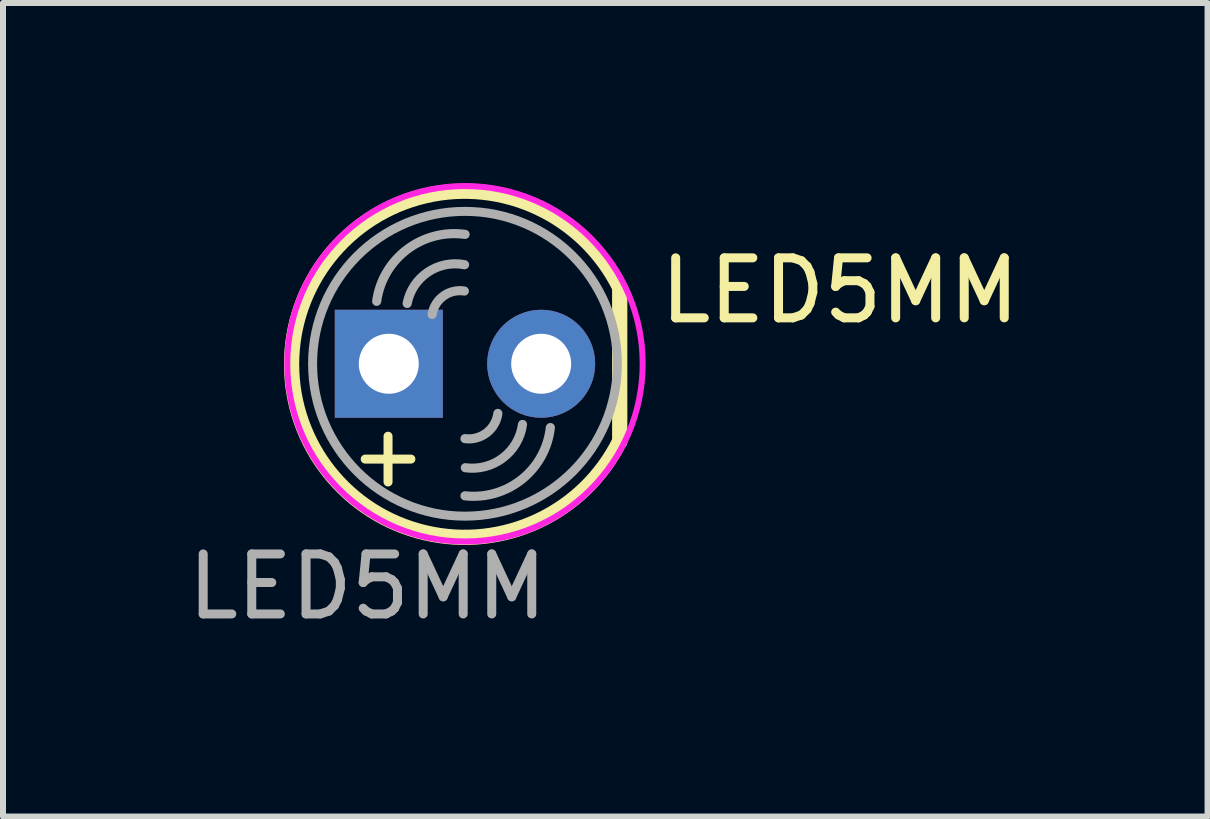
<source format=kicad_pcb>
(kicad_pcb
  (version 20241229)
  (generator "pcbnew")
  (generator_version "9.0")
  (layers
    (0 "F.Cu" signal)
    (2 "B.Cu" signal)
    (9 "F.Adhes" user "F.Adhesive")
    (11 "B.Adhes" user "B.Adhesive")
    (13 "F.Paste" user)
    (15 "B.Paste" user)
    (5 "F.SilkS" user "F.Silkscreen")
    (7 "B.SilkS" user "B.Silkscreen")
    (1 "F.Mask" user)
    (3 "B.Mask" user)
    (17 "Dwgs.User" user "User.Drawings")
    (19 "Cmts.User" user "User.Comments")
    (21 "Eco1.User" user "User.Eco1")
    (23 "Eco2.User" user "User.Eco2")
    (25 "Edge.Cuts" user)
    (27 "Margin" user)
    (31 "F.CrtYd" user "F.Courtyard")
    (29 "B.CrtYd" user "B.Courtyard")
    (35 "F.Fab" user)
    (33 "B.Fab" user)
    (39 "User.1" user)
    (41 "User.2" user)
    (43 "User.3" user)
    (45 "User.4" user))
  (footprint "LED5MM"
    (layer "F.Cu")
    (at 4.7 3.013)
    (property "Reference" "LED5MM" (at 3.175 -0.635 0) (unlocked yes) (layer "F.SilkS") (effects (font (size 1 1) (thickness 0.15)) (justify left bottom)))
    (fp_line (start 2.579 1.3) (end 2.579 -1.26) (stroke (width 0.254) (type solid)) (layer "F.SilkS"))
    (fp_arc (start 2.578734 1.28905) (mid -2.889942 0.008891) (end 2.578734 -1.271268) (stroke (width 0.254) (type solid)) (layer "F.SilkS"))
    (fp_circle (center 0 0) (end 2.962 0) (stroke (width 0.1) (type solid)) (fill no) (layer "F.CrtYd"))
    (fp_arc (start -1.471931 -1.040762) (mid -0.966081 -1.903852) (end 0.001906 -2.156459) (stroke (width 0.1524) (type solid)) (layer "F.Fab"))
    (fp_arc (start -0.963928 -1.005206) (mid -0.619204 -1.526293) (end -0.006983 -1.651001) (stroke (width 0.1524) (type solid)) (layer "F.Fab"))
    (fp_arc (start -0.547371 -0.822321) (mid -0.359833 -1.128397) (end -0.010795 -1.212215) (stroke (width 0.1524) (type solid)) (layer "F.Fab"))
    (fp_arc (start 0.548005 0.828036) (mid 0.360933 1.151401) (end 0 1.247775) (stroke (width 0.1524) (type solid)) (layer "F.Fab"))
    (fp_arc (start 0.958846 1.011555) (mid 0.631681 1.569634) (end 0.005718 1.732915) (stroke (width 0.1524) (type solid)) (layer "F.Fab"))
    (fp_arc (start 1.423034 1.063621) (mid 0.947057 1.926985) (end 0 2.200909) (stroke (width 0.1524) (type solid)) (layer "F.Fab"))
    (fp_circle (center 0 0) (end 2.54 0) (stroke (width 0.15) (type solid)) (fill no) (layer "F.Fab"))
    (fp_text user "+" (at -2 2.1 0) (unlocked yes) (layer "F.SilkS") (effects (font (size 1 1) (thickness 0.15)) (justify left bottom)))
    (fp_text user "${REFERENCE}" (at -4.7 4.3 0) (unlocked yes) (layer "F.Fab") (effects (font (size 1 1) (thickness 0.15)) (justify left bottom)))
    (pad "A" thru_hole rect (at -1.27 0) (size 1.8 1.8) (drill 1) (layers "*.Cu" "*.Mask"))
    (pad "K" thru_hole circle (at 1.27 0) (size 1.8 1.8) (drill 1) (layers "*.Cu" "*.Mask")))
  (gr_rect
    (start -3 -3)
    (end 17.077 10.559)
    (stroke (width 0.1) (type default))
    (fill no)
    (layer "Edge.Cuts")))
</source>
